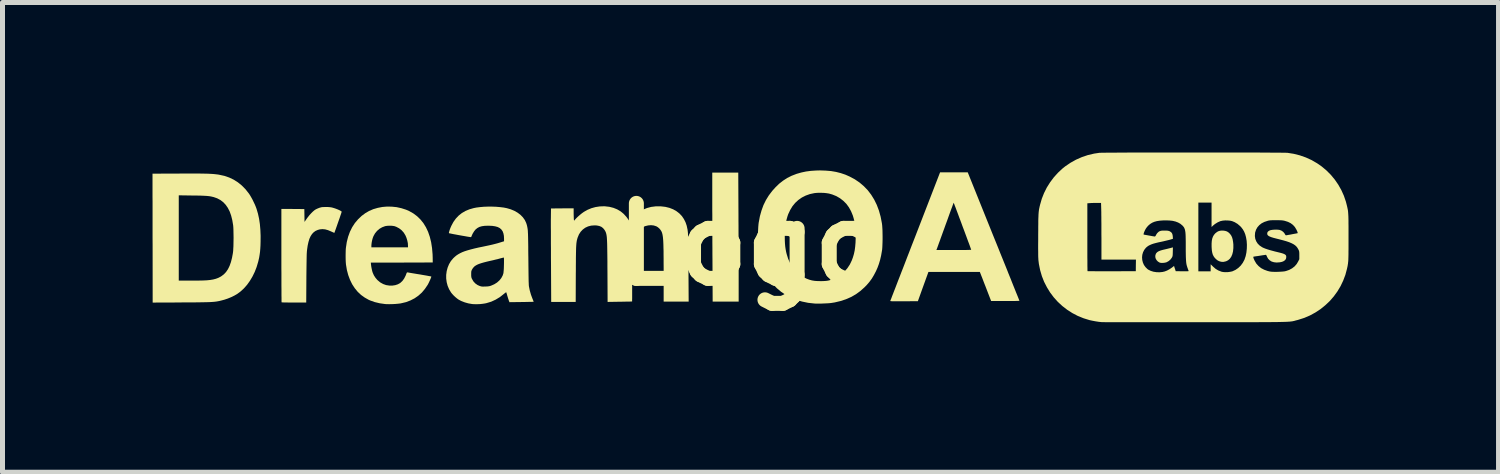
<source format=kicad_pcb>
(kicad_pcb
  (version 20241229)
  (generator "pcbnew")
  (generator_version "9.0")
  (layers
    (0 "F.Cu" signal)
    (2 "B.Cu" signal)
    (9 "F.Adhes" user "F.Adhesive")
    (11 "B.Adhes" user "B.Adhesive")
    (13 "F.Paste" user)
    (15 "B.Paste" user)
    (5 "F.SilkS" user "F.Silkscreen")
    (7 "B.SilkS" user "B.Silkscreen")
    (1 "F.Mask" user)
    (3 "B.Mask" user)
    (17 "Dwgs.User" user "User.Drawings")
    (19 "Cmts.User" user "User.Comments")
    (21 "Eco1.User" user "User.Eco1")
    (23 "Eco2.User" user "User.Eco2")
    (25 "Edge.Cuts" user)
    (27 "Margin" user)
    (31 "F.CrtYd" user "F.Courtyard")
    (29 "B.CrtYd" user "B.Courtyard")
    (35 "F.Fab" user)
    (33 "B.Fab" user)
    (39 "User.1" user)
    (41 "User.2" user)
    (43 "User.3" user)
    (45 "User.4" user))
  (footprint "Logo"
    (layer "F.Cu")
    (at 11.962 1.839)
    (property "Reference" "Logo" (at 0 0 0) (layer "F.SilkS") (effects (font (size 1.5 1.5) (thickness 0.3))))
    (attr board_only exclude_from_pos_files exclude_from_bom)
    (fp_poly (pts (xy -0.244 -0.596) (xy -0.244 -0.486) (xy -0.243 -0.374) (xy -0.243 -0.26) (xy -0.242 -0.145) (xy -0.242 -0.031) (xy -0.241 0.08) (xy -0.241 0.189) (xy -0.241 0.292) (xy -0.24 0.39) (xy -0.24 0.481) (xy -0.24 0.564) (xy -0.24 0.637) (xy -0.24 0.695) (xy -0.24 1.143) (xy -0.5 1.143) (xy -0.76 1.143) (xy -0.764 0.293) (xy -0.765 0.183) (xy -0.765 0.071) (xy -0.766 -0.043) (xy -0.766 -0.158) (xy -0.766 -0.271) (xy -0.767 -0.382) (xy -0.767 -0.49) (xy -0.767 -0.593) (xy -0.768 -0.69) (xy -0.768 -0.781) (xy -0.768 -0.863) (xy -0.768 -0.935) (xy -0.768 -0.997) (xy -0.768 -0.998) (xy -0.768 -1.437) (xy -0.508 -1.437) (xy -0.248 -1.437)) (stroke (width 0) (type solid)) (fill yes) (layer "F.SilkS"))
    (fp_poly (pts (xy 8.442 0.146) (xy 8.441 0.18) (xy 8.44 0.206) (xy 8.438 0.224) (xy 8.435 0.237) (xy 8.431 0.249) (xy 8.424 0.261) (xy 8.421 0.267) (xy 8.395 0.301) (xy 8.361 0.331) (xy 8.32 0.354) (xy 8.312 0.357) (xy 8.285 0.364) (xy 8.253 0.368) (xy 8.221 0.369) (xy 8.192 0.366) (xy 8.176 0.361) (xy 8.144 0.341) (xy 8.119 0.315) (xy 8.101 0.285) (xy 8.092 0.252) (xy 8.093 0.219) (xy 8.103 0.187) (xy 8.11 0.176) (xy 8.125 0.159) (xy 8.144 0.144) (xy 8.17 0.131) (xy 8.203 0.119) (xy 8.246 0.107) (xy 8.259 0.104) (xy 8.294 0.096) (xy 8.332 0.087) (xy 8.367 0.078) (xy 8.388 0.073) (xy 8.444 0.058)) (stroke (width 0) (type solid)) (fill yes) (layer "F.SilkS"))
    (fp_poly (pts (xy 9.489 -0.272) (xy 9.526 -0.26) (xy 9.558 -0.239) (xy 9.582 -0.216) (xy 9.607 -0.184) (xy 9.626 -0.146) (xy 9.639 -0.102) (xy 9.648 -0.048) (xy 9.653 -0.000016) (xy 9.653 0.073) (xy 9.646 0.139) (xy 9.632 0.196) (xy 9.611 0.245) (xy 9.583 0.285) (xy 9.549 0.315) (xy 9.508 0.336) (xy 9.462 0.347) (xy 9.458 0.348) (xy 9.434 0.348) (xy 9.41 0.346) (xy 9.405 0.345) (xy 9.368 0.334) (xy 9.337 0.318) (xy 9.306 0.293) (xy 9.279 0.265) (xy 9.258 0.235) (xy 9.242 0.203) (xy 9.231 0.165) (xy 9.223 0.12) (xy 9.219 0.066) (xy 9.218 0.042) (xy 9.218 -0.021) (xy 9.222 -0.074) (xy 9.231 -0.119) (xy 9.245 -0.157) (xy 9.264 -0.19) (xy 9.289 -0.22) (xy 9.296 -0.226) (xy 9.329 -0.252) (xy 9.364 -0.269) (xy 9.404 -0.277) (xy 9.445 -0.278)) (stroke (width 0) (type solid)) (fill yes) (layer "F.SilkS"))
    (fp_poly (pts (xy -8.456 -0.749) (xy -8.426 -0.747) (xy -8.401 -0.744) (xy -8.376 -0.74) (xy -8.351 -0.733) (xy -8.321 -0.724) (xy -8.29 -0.713) (xy -8.259 -0.701) (xy -8.23 -0.688) (xy -8.206 -0.676) (xy -8.189 -0.665) (xy -8.179 -0.657) (xy -8.179 -0.655) (xy -8.181 -0.648) (xy -8.186 -0.631) (xy -8.194 -0.606) (xy -8.205 -0.575) (xy -8.217 -0.538) (xy -8.231 -0.498) (xy -8.246 -0.456) (xy -8.261 -0.413) (xy -8.275 -0.372) (xy -8.289 -0.333) (xy -8.301 -0.298) (xy -8.312 -0.269) (xy -8.319 -0.248) (xy -8.324 -0.235) (xy -8.326 -0.232) (xy -8.331 -0.234) (xy -8.346 -0.24) (xy -8.366 -0.249) (xy -8.39 -0.26) (xy -8.452 -0.286) (xy -8.509 -0.302) (xy -8.564 -0.307) (xy -8.617 -0.302) (xy -8.659 -0.29) (xy -8.702 -0.271) (xy -8.739 -0.244) (xy -8.772 -0.209) (xy -8.8 -0.166) (xy -8.824 -0.114) (xy -8.843 -0.051) (xy -8.859 0.021) (xy -8.871 0.104) (xy -8.875 0.141) (xy -8.876 0.16) (xy -8.878 0.191) (xy -8.879 0.231) (xy -8.88 0.282) (xy -8.881 0.341) (xy -8.882 0.408) (xy -8.883 0.483) (xy -8.884 0.564) (xy -8.885 0.651) (xy -8.885 0.686) (xy -8.888 1.161) (xy -9.132 1.161) (xy -9.185 1.161) (xy -9.235 1.161) (xy -9.279 1.16) (xy -9.317 1.16) (xy -9.347 1.159) (xy -9.368 1.158) (xy -9.379 1.157) (xy -9.381 1.157) (xy -9.381 1.151) (xy -9.382 1.133) (xy -9.382 1.105) (xy -9.382 1.066) (xy -9.383 1.018) (xy -9.383 0.962) (xy -9.383 0.897) (xy -9.384 0.825) (xy -9.384 0.746) (xy -9.384 0.661) (xy -9.384 0.57) (xy -9.385 0.474) (xy -9.385 0.374) (xy -9.385 0.271) (xy -9.385 0.221) (xy -9.385 -0.711) (xy -9.155 -0.71) (xy -8.926 -0.708) (xy -8.924 -0.58) (xy -8.922 -0.451) (xy -8.882 -0.51) (xy -8.854 -0.548) (xy -8.823 -0.587) (xy -8.79 -0.623) (xy -8.758 -0.655) (xy -8.728 -0.681) (xy -8.707 -0.696) (xy -8.685 -0.708) (xy -8.656 -0.721) (xy -8.628 -0.732) (xy -8.626 -0.733) (xy -8.605 -0.739) (xy -8.587 -0.744) (xy -8.569 -0.747) (xy -8.547 -0.748) (xy -8.519 -0.749) (xy -8.494 -0.749)) (stroke (width 0) (type solid)) (fill yes) (layer "F.SilkS"))
    (fp_poly (pts (xy 4.857 -0.161) (xy 4.905 -0.043) (xy 4.952 0.073) (xy 4.997 0.186) (xy 5.041 0.294) (xy 5.083 0.398) (xy 5.123 0.497) (xy 5.16 0.591) (xy 5.196 0.679) (xy 5.228 0.76) (xy 5.258 0.835) (xy 5.285 0.902) (xy 5.309 0.962) (xy 5.33 1.013) (xy 5.347 1.055) (xy 5.36 1.088) (xy 5.369 1.111) (xy 5.374 1.123) (xy 5.375 1.126) (xy 5.37 1.127) (xy 5.354 1.128) (xy 5.327 1.129) (xy 5.292 1.13) (xy 5.25 1.13) (xy 5.2 1.131) (xy 5.145 1.131) (xy 5.093 1.131) (xy 4.809 1.131) (xy 4.732 0.932) (xy 4.712 0.88) (xy 4.692 0.828) (xy 4.672 0.778) (xy 4.654 0.731) (xy 4.638 0.689) (xy 4.625 0.655) (xy 4.619 0.641) (xy 4.583 0.549) (xy 4.069 0.549) (xy 3.555 0.549) (xy 3.449 0.842) (xy 3.344 1.134) (xy 3.066 1.136) (xy 3.001 1.136) (xy 2.947 1.136) (xy 2.904 1.136) (xy 2.869 1.136) (xy 2.842 1.136) (xy 2.822 1.135) (xy 2.808 1.134) (xy 2.799 1.133) (xy 2.794 1.131) (xy 2.793 1.129) (xy 2.793 1.127) (xy 2.793 1.127) (xy 2.795 1.12) (xy 2.802 1.103) (xy 2.813 1.076) (xy 2.827 1.038) (xy 2.845 0.992) (xy 2.866 0.937) (xy 2.891 0.874) (xy 2.918 0.803) (xy 2.948 0.725) (xy 2.981 0.641) (xy 3.016 0.55) (xy 3.054 0.453) (xy 3.093 0.352) (xy 3.134 0.245) (xy 3.177 0.135) (xy 3.186 0.111) (xy 3.714 0.111) (xy 4.062 0.111) (xy 4.138 0.111) (xy 4.205 0.111) (xy 4.264 0.11) (xy 4.313 0.11) (xy 4.353 0.109) (xy 4.383 0.108) (xy 4.402 0.107) (xy 4.41 0.106) (xy 4.41 0.105) (xy 4.408 0.099) (xy 4.402 0.083) (xy 4.393 0.057) (xy 4.381 0.023) (xy 4.366 -0.018) (xy 4.348 -0.065) (xy 4.329 -0.117) (xy 4.308 -0.174) (xy 4.286 -0.233) (xy 4.263 -0.295) (xy 4.239 -0.358) (xy 4.216 -0.421) (xy 4.193 -0.483) (xy 4.17 -0.543) (xy 4.149 -0.601) (xy 4.129 -0.654) (xy 4.111 -0.702) (xy 4.095 -0.745) (xy 4.081 -0.78) (xy 4.071 -0.808) (xy 4.064 -0.826) (xy 4.06 -0.835) (xy 4.06 -0.835) (xy 4.058 -0.83) (xy 4.052 -0.814) (xy 4.042 -0.789) (xy 4.03 -0.755) (xy 4.014 -0.713) (xy 3.996 -0.664) (xy 3.976 -0.609) (xy 3.954 -0.548) (xy 3.931 -0.483) (xy 3.906 -0.415) (xy 3.897 -0.391) (xy 3.872 -0.321) (xy 3.847 -0.253) (xy 3.824 -0.189) (xy 3.802 -0.129) (xy 3.783 -0.075) (xy 3.765 -0.027) (xy 3.751 0.013) (xy 3.739 0.045) (xy 3.731 0.068) (xy 3.726 0.081) (xy 3.725 0.083) (xy 3.714 0.111) (xy 3.186 0.111) (xy 3.221 0.02) (xy 3.267 -0.097) (xy 3.293 -0.164) (xy 3.788 -1.443) (xy 4.065 -1.443) (xy 4.341 -1.443)) (stroke (width 0) (type solid)) (fill yes) (layer "F.SilkS"))
    (fp_poly (pts (xy -7.174 -0.756) (xy -7.078 -0.746) (xy -6.984 -0.725) (xy -6.893 -0.696) (xy -6.829 -0.668) (xy -6.746 -0.621) (xy -6.671 -0.565) (xy -6.604 -0.5) (xy -6.545 -0.427) (xy -6.494 -0.344) (xy -6.451 -0.253) (xy -6.417 -0.154) (xy -6.39 -0.045) (xy -6.372 0.072) (xy -6.361 0.198) (xy -6.359 0.264) (xy -6.358 0.36) (xy -6.977 0.362) (xy -7.596 0.363) (xy -7.593 0.398) (xy -7.587 0.443) (xy -7.578 0.49) (xy -7.568 0.534) (xy -7.558 0.565) (xy -7.535 0.617) (xy -7.504 0.665) (xy -7.465 0.711) (xy -7.46 0.715) (xy -7.409 0.758) (xy -7.353 0.79) (xy -7.291 0.812) (xy -7.226 0.822) (xy -7.17 0.823) (xy -7.109 0.814) (xy -7.054 0.796) (xy -7.006 0.768) (xy -6.965 0.73) (xy -6.93 0.682) (xy -6.9 0.623) (xy -6.891 0.6) (xy -6.883 0.578) (xy -6.877 0.565) (xy -6.871 0.559) (xy -6.864 0.558) (xy -6.859 0.559) (xy -6.85 0.56) (xy -6.83 0.564) (xy -6.801 0.569) (xy -6.765 0.575) (xy -6.722 0.582) (xy -6.675 0.59) (xy -6.624 0.598) (xy -6.617 0.599) (xy -6.566 0.608) (xy -6.519 0.616) (xy -6.478 0.623) (xy -6.442 0.63) (xy -6.414 0.635) (xy -6.396 0.638) (xy -6.387 0.64) (xy -6.387 0.641) (xy -6.388 0.648) (xy -6.392 0.663) (xy -6.401 0.685) (xy -6.412 0.711) (xy -6.425 0.739) (xy -6.438 0.767) (xy -6.451 0.792) (xy -6.459 0.807) (xy -6.514 0.888) (xy -6.575 0.961) (xy -6.644 1.023) (xy -6.72 1.076) (xy -6.803 1.119) (xy -6.892 1.153) (xy -6.989 1.176) (xy -7.003 1.179) (xy -7.053 1.185) (xy -7.11 1.19) (xy -7.171 1.193) (xy -7.231 1.194) (xy -7.286 1.193) (xy -7.313 1.191) (xy -7.418 1.176) (xy -7.518 1.152) (xy -7.611 1.119) (xy -7.638 1.107) (xy -7.718 1.062) (xy -7.792 1.009) (xy -7.859 0.946) (xy -7.918 0.874) (xy -7.97 0.794) (xy -8.013 0.706) (xy -8.048 0.612) (xy -8.075 0.51) (xy -8.093 0.402) (xy -8.094 0.392) (xy -8.097 0.355) (xy -8.099 0.31) (xy -8.1 0.26) (xy -8.1 0.207) (xy -8.099 0.156) (xy -8.098 0.109) (xy -8.095 0.071) (xy -8.094 0.064) (xy -8.093 0.057) (xy -7.585 0.057) (xy -7.219 0.057) (xy -6.853 0.057) (xy -6.853 0.023) (xy -6.856 -0.026) (xy -6.867 -0.079) (xy -6.883 -0.132) (xy -6.903 -0.18) (xy -6.937 -0.236) (xy -6.98 -0.284) (xy -7.03 -0.323) (xy -7.087 -0.353) (xy -7.123 -0.366) (xy -7.152 -0.371) (xy -7.189 -0.375) (xy -7.229 -0.375) (xy -7.268 -0.373) (xy -7.302 -0.368) (xy -7.311 -0.366) (xy -7.37 -0.344) (xy -7.425 -0.312) (xy -7.472 -0.271) (xy -7.513 -0.221) (xy -7.544 -0.165) (xy -7.558 -0.128) (xy -7.57 -0.085) (xy -7.579 -0.039) (xy -7.584 0.003) (xy -7.585 0.02) (xy -7.585 0.057) (xy -8.093 0.057) (xy -8.077 -0.049) (xy -8.05 -0.155) (xy -8.014 -0.254) (xy -7.969 -0.345) (xy -7.915 -0.428) (xy -7.851 -0.504) (xy -7.779 -0.572) (xy -7.708 -0.625) (xy -7.631 -0.67) (xy -7.547 -0.706) (xy -7.458 -0.732) (xy -7.365 -0.75) (xy -7.27 -0.758)) (stroke (width 0) (type solid)) (fill yes) (layer "F.SilkS"))
    (fp_poly (pts (xy -11.141 -1.418) (xy -11.067 -1.418) (xy -11.002 -1.418) (xy -10.945 -1.417) (xy -10.894 -1.416) (xy -10.85 -1.415) (xy -10.81 -1.413) (xy -10.775 -1.411) (xy -10.744 -1.409) (xy -10.715 -1.406) (xy -10.688 -1.403) (xy -10.662 -1.4) (xy -10.636 -1.396) (xy -10.627 -1.394) (xy -10.525 -1.372) (xy -10.429 -1.339) (xy -10.339 -1.296) (xy -10.255 -1.243) (xy -10.176 -1.179) (xy -10.103 -1.105) (xy -10.035 -1.019) (xy -10.013 -0.986) (xy -9.989 -0.945) (xy -9.963 -0.898) (xy -9.939 -0.848) (xy -9.915 -0.798) (xy -9.896 -0.752) (xy -9.881 -0.711) (xy -9.853 -0.615) (xy -9.831 -0.515) (xy -9.815 -0.408) (xy -9.805 -0.293) (xy -9.8 -0.171) (xy -9.801 -0.054) (xy -9.803 0.022) (xy -9.807 0.088) (xy -9.812 0.148) (xy -9.82 0.205) (xy -9.829 0.26) (xy -9.842 0.318) (xy -9.849 0.347) (xy -9.88 0.451) (xy -9.918 0.549) (xy -9.964 0.643) (xy -10.016 0.73) (xy -10.074 0.81) (xy -10.137 0.881) (xy -10.205 0.943) (xy -10.27 0.99) (xy -10.326 1.023) (xy -10.39 1.054) (xy -10.458 1.082) (xy -10.527 1.105) (xy -10.591 1.122) (xy -10.616 1.128) (xy -10.639 1.133) (xy -10.661 1.137) (xy -10.684 1.141) (xy -10.708 1.144) (xy -10.734 1.147) (xy -10.762 1.149) (xy -10.794 1.151) (xy -10.83 1.153) (xy -10.872 1.154) (xy -10.919 1.155) (xy -10.974 1.156) (xy -11.036 1.157) (xy -11.107 1.158) (xy -11.187 1.158) (xy -11.278 1.159) (xy -11.379 1.159) (xy -11.387 1.16) (xy -11.959 1.162) (xy -11.96 0.001) (xy -11.961 -0.119) (xy -11.961 -0.13) (xy -11.437 -0.13) (xy -11.437 0.723) (xy -11.198 0.723) (xy -11.142 0.723) (xy -11.086 0.722) (xy -11.033 0.722) (xy -10.983 0.721) (xy -10.94 0.72) (xy -10.905 0.718) (xy -10.88 0.717) (xy -10.879 0.717) (xy -10.809 0.71) (xy -10.749 0.7) (xy -10.695 0.686) (xy -10.647 0.668) (xy -10.602 0.645) (xy -10.583 0.633) (xy -10.534 0.596) (xy -10.491 0.55) (xy -10.453 0.494) (xy -10.421 0.429) (xy -10.394 0.353) (xy -10.372 0.267) (xy -10.354 0.17) (xy -10.353 0.159) (xy -10.349 0.128) (xy -10.347 0.086) (xy -10.344 0.037) (xy -10.343 -0.017) (xy -10.342 -0.075) (xy -10.341 -0.135) (xy -10.342 -0.194) (xy -10.343 -0.249) (xy -10.344 -0.3) (xy -10.346 -0.344) (xy -10.349 -0.379) (xy -10.35 -0.387) (xy -10.367 -0.488) (xy -10.39 -0.579) (xy -10.419 -0.66) (xy -10.456 -0.732) (xy -10.499 -0.794) (xy -10.548 -0.846) (xy -10.605 -0.889) (xy -10.669 -0.923) (xy -10.74 -0.948) (xy -10.75 -0.95) (xy -10.774 -0.956) (xy -10.798 -0.961) (xy -10.822 -0.965) (xy -10.849 -0.968) (xy -10.879 -0.971) (xy -10.914 -0.973) (xy -10.955 -0.975) (xy -11.003 -0.977) (xy -11.06 -0.978) (xy -11.127 -0.979) (xy -11.165 -0.979) (xy -11.437 -0.983) (xy -11.437 -0.13) (xy -11.961 -0.13) (xy -11.961 -0.236) (xy -11.961 -0.35) (xy -11.961 -0.461) (xy -11.961 -0.568) (xy -11.961 -0.671) (xy -11.961 -0.768) (xy -11.961 -0.859) (xy -11.962 -0.943) (xy -11.962 -1.02) (xy -11.962 -1.089) (xy -11.962 -1.149) (xy -11.962 -1.2) (xy -11.962 -1.24) (xy -11.962 -1.27) (xy -11.962 -1.289) (xy -11.962 -1.416) (xy -11.422 -1.418) (xy -11.317 -1.418) (xy -11.224 -1.418)) (stroke (width 0) (type solid)) (fill yes) (layer "F.SilkS"))
    (fp_poly (pts (xy 1.501 -1.477) (xy 1.608 -1.468) (xy 1.707 -1.451) (xy 1.802 -1.427) (xy 1.894 -1.396) (xy 1.98 -1.358) (xy 2.083 -1.303) (xy 2.177 -1.239) (xy 2.263 -1.166) (xy 2.341 -1.085) (xy 2.41 -0.995) (xy 2.47 -0.898) (xy 2.522 -0.792) (xy 2.565 -0.678) (xy 2.599 -0.556) (xy 2.624 -0.427) (xy 2.626 -0.414) (xy 2.63 -0.38) (xy 2.633 -0.336) (xy 2.636 -0.284) (xy 2.637 -0.228) (xy 2.638 -0.168) (xy 2.638 -0.108) (xy 2.637 -0.049) (xy 2.635 0.006) (xy 2.633 0.055) (xy 2.63 0.097) (xy 2.626 0.123) (xy 2.609 0.22) (xy 2.589 0.307) (xy 2.565 0.388) (xy 2.537 0.464) (xy 2.505 0.536) (xy 2.464 0.614) (xy 2.422 0.684) (xy 2.375 0.748) (xy 2.321 0.811) (xy 2.276 0.857) (xy 2.193 0.931) (xy 2.105 0.995) (xy 2.009 1.05) (xy 1.907 1.095) (xy 1.798 1.131) (xy 1.68 1.159) (xy 1.611 1.17) (xy 1.585 1.173) (xy 1.55 1.176) (xy 1.507 1.178) (xy 1.462 1.18) (xy 1.415 1.182) (xy 1.37 1.183) (xy 1.329 1.183) (xy 1.295 1.182) (xy 1.278 1.181) (xy 1.15 1.167) (xy 1.029 1.142) (xy 0.914 1.108) (xy 0.806 1.064) (xy 0.705 1.011) (xy 0.611 0.948) (xy 0.525 0.876) (xy 0.446 0.794) (xy 0.377 0.707) (xy 0.316 0.612) (xy 0.264 0.508) (xy 0.221 0.397) (xy 0.187 0.279) (xy 0.162 0.153) (xy 0.15 0.049) (xy 0.147 0.006) (xy 0.145 -0.047) (xy 0.144 -0.105) (xy 0.145 -0.15) (xy 0.682 -0.15) (xy 0.683 -0.079) (xy 0.686 -0.017) (xy 0.691 0.04) (xy 0.699 0.094) (xy 0.709 0.148) (xy 0.72 0.192) (xy 0.749 0.285) (xy 0.787 0.371) (xy 0.833 0.449) (xy 0.888 0.518) (xy 0.951 0.58) (xy 1.022 0.632) (xy 1.07 0.66) (xy 1.123 0.686) (xy 1.174 0.705) (xy 1.226 0.719) (xy 1.281 0.728) (xy 1.343 0.732) (xy 1.413 0.733) (xy 1.413 0.733) (xy 1.454 0.732) (xy 1.487 0.73) (xy 1.513 0.728) (xy 1.535 0.725) (xy 1.556 0.721) (xy 1.58 0.715) (xy 1.58 0.715) (xy 1.664 0.686) (xy 1.742 0.647) (xy 1.813 0.599) (xy 1.877 0.541) (xy 1.934 0.475) (xy 1.983 0.401) (xy 2.023 0.318) (xy 2.045 0.258) (xy 2.065 0.19) (xy 2.08 0.12) (xy 2.09 0.045) (xy 2.097 -0.036) (xy 2.1 -0.126) (xy 2.1 -0.159) (xy 2.099 -0.246) (xy 2.094 -0.324) (xy 2.086 -0.395) (xy 2.075 -0.461) (xy 2.059 -0.525) (xy 2.043 -0.579) (xy 2.008 -0.664) (xy 1.965 -0.742) (xy 1.914 -0.812) (xy 1.854 -0.872) (xy 1.787 -0.924) (xy 1.713 -0.967) (xy 1.631 -1) (xy 1.567 -1.018) (xy 1.524 -1.025) (xy 1.473 -1.031) (xy 1.418 -1.033) (xy 1.363 -1.034) (xy 1.312 -1.031) (xy 1.275 -1.027) (xy 1.185 -1.008) (xy 1.101 -0.978) (xy 1.024 -0.939) (xy 0.954 -0.89) (xy 0.891 -0.832) (xy 0.836 -0.765) (xy 0.79 -0.689) (xy 0.751 -0.606) (xy 0.738 -0.569) (xy 0.719 -0.503) (xy 0.704 -0.435) (xy 0.693 -0.363) (xy 0.686 -0.285) (xy 0.682 -0.198) (xy 0.682 -0.15) (xy 0.145 -0.15) (xy 0.145 -0.167) (xy 0.146 -0.23) (xy 0.149 -0.291) (xy 0.152 -0.349) (xy 0.156 -0.399) (xy 0.161 -0.441) (xy 0.162 -0.443) (xy 0.185 -0.566) (xy 0.217 -0.68) (xy 0.256 -0.787) (xy 0.305 -0.887) (xy 0.363 -0.981) (xy 0.431 -1.071) (xy 0.495 -1.142) (xy 0.57 -1.215) (xy 0.648 -1.276) (xy 0.73 -1.329) (xy 0.817 -1.373) (xy 0.913 -1.41) (xy 0.921 -1.413) (xy 1.012 -1.439) (xy 1.106 -1.459) (xy 1.204 -1.472) (xy 1.309 -1.479) (xy 1.386 -1.481)) (stroke (width 0) (type solid)) (fill yes) (layer "F.SilkS"))
    (fp_poly (pts (xy -2.913 -0.763) (xy -2.825 -0.753) (xy -2.743 -0.732) (xy -2.669 -0.702) (xy -2.601 -0.662) (xy -2.54 -0.612) (xy -2.486 -0.553) (xy -2.466 -0.526) (xy -2.428 -0.472) (xy -2.374 -0.529) (xy -2.303 -0.597) (xy -2.229 -0.652) (xy -2.153 -0.696) (xy -2.073 -0.729) (xy -1.99 -0.751) (xy -1.902 -0.762) (xy -1.884 -0.763) (xy -1.792 -0.762) (xy -1.705 -0.752) (xy -1.624 -0.732) (xy -1.55 -0.703) (xy -1.483 -0.665) (xy -1.423 -0.618) (xy -1.374 -0.566) (xy -1.335 -0.508) (xy -1.303 -0.445) (xy -1.279 -0.375) (xy -1.262 -0.296) (xy -1.255 -0.237) (xy -1.254 -0.222) (xy -1.253 -0.197) (xy -1.252 -0.161) (xy -1.251 -0.115) (xy -1.25 -0.061) (xy -1.249 0.001) (xy -1.248 0.069) (xy -1.247 0.144) (xy -1.246 0.224) (xy -1.246 0.308) (xy -1.245 0.396) (xy -1.244 0.485) (xy -1.24 1.143) (xy -1.49 1.143) (xy -1.74 1.143) (xy -1.74 0.59) (xy -1.74 0.476) (xy -1.741 0.374) (xy -1.741 0.283) (xy -1.742 0.202) (xy -1.742 0.13) (xy -1.744 0.066) (xy -1.745 0.011) (xy -1.747 -0.038) (xy -1.749 -0.08) (xy -1.752 -0.116) (xy -1.755 -0.147) (xy -1.759 -0.174) (xy -1.763 -0.197) (xy -1.768 -0.217) (xy -1.773 -0.235) (xy -1.779 -0.25) (xy -1.786 -0.265) (xy -1.804 -0.293) (xy -1.829 -0.322) (xy -1.858 -0.346) (xy -1.886 -0.363) (xy -1.886 -0.363) (xy -1.938 -0.38) (xy -1.994 -0.386) (xy -2.051 -0.381) (xy -2.109 -0.367) (xy -2.145 -0.351) (xy -2.199 -0.319) (xy -2.245 -0.28) (xy -2.283 -0.233) (xy -2.312 -0.178) (xy -2.335 -0.113) (xy -2.349 -0.051) (xy -2.352 -0.026) (xy -2.356 0.000374) (xy -2.359 0.03) (xy -2.361 0.062) (xy -2.363 0.1) (xy -2.365 0.142) (xy -2.367 0.191) (xy -2.368 0.246) (xy -2.369 0.309) (xy -2.369 0.381) (xy -2.37 0.462) (xy -2.37 0.553) (xy -2.37 0.656) (xy -2.37 0.665) (xy -2.37 0.739) (xy -2.37 0.81) (xy -2.37 0.876) (xy -2.37 0.937) (xy -2.37 0.992) (xy -2.37 1.039) (xy -2.37 1.079) (xy -2.371 1.109) (xy -2.371 1.129) (xy -2.371 1.139) (xy -2.371 1.14) (xy -2.377 1.14) (xy -2.394 1.141) (xy -2.421 1.142) (xy -2.455 1.142) (xy -2.497 1.143) (xy -2.544 1.144) (xy -2.595 1.145) (xy -2.617 1.145) (xy -2.861 1.149) (xy -2.864 0.542) (xy -2.865 0.431) (xy -2.865 0.332) (xy -2.866 0.244) (xy -2.867 0.165) (xy -2.868 0.096) (xy -2.869 0.035) (xy -2.87 -0.018) (xy -2.872 -0.064) (xy -2.874 -0.103) (xy -2.876 -0.137) (xy -2.879 -0.165) (xy -2.883 -0.19) (xy -2.887 -0.21) (xy -2.892 -0.228) (xy -2.897 -0.243) (xy -2.903 -0.257) (xy -2.91 -0.27) (xy -2.917 -0.282) (xy -2.923 -0.292) (xy -2.952 -0.327) (xy -2.986 -0.353) (xy -3.028 -0.37) (xy -3.079 -0.38) (xy -3.122 -0.382) (xy -3.19 -0.377) (xy -3.252 -0.361) (xy -3.308 -0.335) (xy -3.357 -0.299) (xy -3.399 -0.255) (xy -3.434 -0.201) (xy -3.459 -0.14) (xy -3.462 -0.133) (xy -3.467 -0.115) (xy -3.471 -0.099) (xy -3.476 -0.082) (xy -3.479 -0.064) (xy -3.482 -0.044) (xy -3.485 -0.022) (xy -3.487 0.004) (xy -3.489 0.034) (xy -3.491 0.069) (xy -3.492 0.11) (xy -3.493 0.157) (xy -3.494 0.212) (xy -3.495 0.275) (xy -3.495 0.347) (xy -3.496 0.429) (xy -3.496 0.521) (xy -3.497 0.596) (xy -3.499 1.149) (xy -3.744 1.149) (xy -3.989 1.149) (xy -3.993 0.368) (xy -3.994 0.268) (xy -3.994 0.171) (xy -3.994 0.075) (xy -3.995 -0.018) (xy -3.995 -0.107) (xy -3.995 -0.191) (xy -3.995 -0.269) (xy -3.996 -0.341) (xy -3.996 -0.405) (xy -3.996 -0.46) (xy -3.996 -0.507) (xy -3.995 -0.543) (xy -3.995 -0.567) (xy -3.993 -0.72) (xy -3.767 -0.722) (xy -3.54 -0.723) (xy -3.54 -0.617) (xy -3.539 -0.581) (xy -3.538 -0.548) (xy -3.537 -0.521) (xy -3.536 -0.501) (xy -3.535 -0.492) (xy -3.531 -0.475) (xy -3.502 -0.509) (xy -3.477 -0.535) (xy -3.445 -0.565) (xy -3.409 -0.596) (xy -3.372 -0.626) (xy -3.337 -0.651) (xy -3.265 -0.692) (xy -3.186 -0.725) (xy -3.103 -0.748) (xy -3.017 -0.761) (xy -2.931 -0.764)) (stroke (width 0) (type solid)) (fill yes) (layer "F.SilkS"))
    (fp_poly (pts (xy -5.172 -0.757) (xy -5.089 -0.754) (xy -5.01 -0.747) (xy -4.937 -0.738) (xy -4.877 -0.726) (xy -4.798 -0.703) (xy -4.726 -0.673) (xy -4.661 -0.636) (xy -4.604 -0.593) (xy -4.556 -0.544) (xy -4.518 -0.491) (xy -4.49 -0.433) (xy -4.479 -0.399) (xy -4.474 -0.381) (xy -4.47 -0.364) (xy -4.467 -0.347) (xy -4.463 -0.33) (xy -4.461 -0.312) (xy -4.458 -0.293) (xy -4.456 -0.27) (xy -4.455 -0.243) (xy -4.453 -0.212) (xy -4.452 -0.175) (xy -4.451 -0.133) (xy -4.45 -0.082) (xy -4.449 -0.024) (xy -4.448 0.043) (xy -4.448 0.12) (xy -4.447 0.208) (xy -4.446 0.261) (xy -4.445 0.366) (xy -4.444 0.461) (xy -4.443 0.546) (xy -4.442 0.621) (xy -4.441 0.685) (xy -4.44 0.739) (xy -4.438 0.781) (xy -4.437 0.812) (xy -4.435 0.831) (xy -4.435 0.834) (xy -4.418 0.919) (xy -4.393 1.006) (xy -4.368 1.073) (xy -4.357 1.1) (xy -4.348 1.123) (xy -4.342 1.139) (xy -4.34 1.146) (xy -4.34 1.146) (xy -4.346 1.147) (xy -4.363 1.147) (xy -4.389 1.148) (xy -4.424 1.148) (xy -4.465 1.149) (xy -4.512 1.15) (xy -4.563 1.15) (xy -4.583 1.151) (xy -4.824 1.154) (xy -4.836 1.123) (xy -4.842 1.104) (xy -4.851 1.078) (xy -4.86 1.048) (xy -4.867 1.026) (xy -4.874 0.999) (xy -4.881 0.977) (xy -4.886 0.962) (xy -4.888 0.956) (xy -4.894 0.957) (xy -4.906 0.966) (xy -4.923 0.979) (xy -4.935 0.989) (xy -5.015 1.052) (xy -5.099 1.103) (xy -5.188 1.144) (xy -5.28 1.172) (xy -5.311 1.179) (xy -5.357 1.186) (xy -5.409 1.192) (xy -5.464 1.194) (xy -5.517 1.194) (xy -5.564 1.192) (xy -5.571 1.191) (xy -5.646 1.178) (xy -5.72 1.157) (xy -5.789 1.13) (xy -5.84 1.103) (xy -5.871 1.081) (xy -5.906 1.052) (xy -5.94 1.02) (xy -5.971 0.986) (xy -5.992 0.96) (xy -6.031 0.895) (xy -6.06 0.827) (xy -6.079 0.755) (xy -6.089 0.681) (xy -6.089 0.606) (xy -6.087 0.594) (xy -5.589 0.594) (xy -5.589 0.623) (xy -5.587 0.645) (xy -5.584 0.662) (xy -5.578 0.679) (xy -5.573 0.689) (xy -5.544 0.739) (xy -5.507 0.779) (xy -5.462 0.811) (xy -5.419 0.83) (xy -5.4 0.836) (xy -5.383 0.84) (xy -5.363 0.842) (xy -5.339 0.842) (xy -5.307 0.841) (xy -5.272 0.84) (xy -5.244 0.837) (xy -5.221 0.833) (xy -5.198 0.826) (xy -5.192 0.824) (xy -5.128 0.796) (xy -5.072 0.761) (xy -5.025 0.719) (xy -4.987 0.672) (xy -4.959 0.62) (xy -4.946 0.58) (xy -4.943 0.564) (xy -4.941 0.54) (xy -4.938 0.51) (xy -4.936 0.475) (xy -4.935 0.437) (xy -4.934 0.399) (xy -4.933 0.362) (xy -4.933 0.328) (xy -4.933 0.3) (xy -4.934 0.278) (xy -4.936 0.264) (xy -4.938 0.261) (xy -4.946 0.263) (xy -4.963 0.267) (xy -4.986 0.273) (xy -5.006 0.278) (xy -5.031 0.285) (xy -5.064 0.294) (xy -5.104 0.303) (xy -5.147 0.314) (xy -5.191 0.324) (xy -5.206 0.327) (xy -5.278 0.344) (xy -5.34 0.36) (xy -5.391 0.375) (xy -5.435 0.39) (xy -5.47 0.405) (xy -5.5 0.422) (xy -5.524 0.439) (xy -5.543 0.459) (xy -5.56 0.481) (xy -5.574 0.504) (xy -5.581 0.52) (xy -5.586 0.534) (xy -5.588 0.551) (xy -5.589 0.574) (xy -5.589 0.594) (xy -6.087 0.594) (xy -6.079 0.533) (xy -6.06 0.462) (xy -6.032 0.394) (xy -5.995 0.332) (xy -5.948 0.276) (xy -5.947 0.275) (xy -5.917 0.247) (xy -5.885 0.22) (xy -5.85 0.197) (xy -5.811 0.175) (xy -5.767 0.154) (xy -5.718 0.135) (xy -5.661 0.117) (xy -5.597 0.099) (xy -5.523 0.08) (xy -5.44 0.061) (xy -5.361 0.045) (xy -5.286 0.029) (xy -5.22 0.015) (xy -5.163 0.002) (xy -5.112 -0.011) (xy -5.066 -0.023) (xy -5.023 -0.036) (xy -5 -0.043) (xy -4.932 -0.064) (xy -4.932 -0.114) (xy -4.935 -0.173) (xy -4.945 -0.223) (xy -4.961 -0.265) (xy -4.986 -0.3) (xy -5.018 -0.328) (xy -5.059 -0.349) (xy -5.109 -0.363) (xy -5.169 -0.372) (xy -5.239 -0.375) (xy -5.251 -0.375) (xy -5.318 -0.373) (xy -5.375 -0.365) (xy -5.424 -0.351) (xy -5.465 -0.329) (xy -5.501 -0.3) (xy -5.531 -0.263) (xy -5.559 -0.217) (xy -5.563 -0.209) (xy -5.573 -0.187) (xy -5.581 -0.168) (xy -5.586 -0.156) (xy -5.586 -0.154) (xy -5.591 -0.148) (xy -5.597 -0.147) (xy -5.607 -0.148) (xy -5.626 -0.151) (xy -5.654 -0.155) (xy -5.688 -0.161) (xy -5.727 -0.168) (xy -5.769 -0.175) (xy -5.813 -0.183) (xy -5.858 -0.191) (xy -5.9 -0.199) (xy -5.939 -0.206) (xy -5.974 -0.213) (xy -6.002 -0.219) (xy -6.022 -0.223) (xy -6.032 -0.225) (xy -6.033 -0.226) (xy -6.035 -0.234) (xy -6.031 -0.252) (xy -6.024 -0.276) (xy -6.014 -0.306) (xy -6.001 -0.339) (xy -5.986 -0.373) (xy -5.944 -0.451) (xy -5.895 -0.519) (xy -5.839 -0.578) (xy -5.776 -0.628) (xy -5.704 -0.67) (xy -5.625 -0.703) (xy -5.537 -0.728) (xy -5.486 -0.738) (xy -5.416 -0.747) (xy -5.338 -0.754) (xy -5.256 -0.757)) (stroke (width 0) (type solid)) (fill yes) (layer "F.SilkS"))
    (fp_poly (pts (xy 8.99 -1.839) (xy 9.121 -1.839) (xy 9.251 -1.839) (xy 9.379 -1.839) (xy 9.504 -1.839) (xy 9.627 -1.839) (xy 9.746 -1.839) (xy 9.862 -1.838) (xy 9.973 -1.838) (xy 10.078 -1.838) (xy 10.178 -1.838) (xy 10.271 -1.837) (xy 10.358 -1.837) (xy 10.437 -1.836) (xy 10.508 -1.836) (xy 10.571 -1.836) (xy 10.624 -1.835) (xy 10.668 -1.835) (xy 10.701 -1.834) (xy 10.723 -1.833) (xy 10.734 -1.833) (xy 10.86 -1.813) (xy 10.983 -1.782) (xy 11.103 -1.74) (xy 11.219 -1.687) (xy 11.329 -1.623) (xy 11.417 -1.562) (xy 11.512 -1.483) (xy 11.6 -1.395) (xy 11.68 -1.299) (xy 11.751 -1.196) (xy 11.812 -1.088) (xy 11.863 -0.975) (xy 11.903 -0.858) (xy 11.917 -0.804) (xy 11.924 -0.776) (xy 11.93 -0.751) (xy 11.935 -0.727) (xy 11.94 -0.704) (xy 11.944 -0.681) (xy 11.947 -0.657) (xy 11.949 -0.63) (xy 11.951 -0.6) (xy 11.953 -0.566) (xy 11.954 -0.527) (xy 11.955 -0.481) (xy 11.955 -0.428) (xy 11.956 -0.367) (xy 11.956 -0.297) (xy 11.956 -0.217) (xy 11.956 -0.144) (xy 11.956 -0.056) (xy 11.956 0.022) (xy 11.956 0.089) (xy 11.955 0.147) (xy 11.955 0.197) (xy 11.954 0.241) (xy 11.953 0.278) (xy 11.952 0.31) (xy 11.95 0.338) (xy 11.947 0.363) (xy 11.945 0.385) (xy 11.941 0.407) (xy 11.938 0.429) (xy 11.933 0.451) (xy 11.928 0.475) (xy 11.925 0.488) (xy 11.893 0.608) (xy 11.849 0.724) (xy 11.796 0.835) (xy 11.733 0.94) (xy 11.661 1.039) (xy 11.581 1.131) (xy 11.492 1.215) (xy 11.397 1.292) (xy 11.294 1.36) (xy 11.186 1.419) (xy 11.072 1.468) (xy 10.953 1.506) (xy 10.929 1.513) (xy 10.914 1.516) (xy 10.901 1.52) (xy 10.888 1.523) (xy 10.876 1.527) (xy 10.865 1.53) (xy 10.853 1.532) (xy 10.841 1.535) (xy 10.828 1.537) (xy 10.813 1.539) (xy 10.796 1.541) (xy 10.778 1.543) (xy 10.756 1.544) (xy 10.732 1.546) (xy 10.704 1.547) (xy 10.672 1.548) (xy 10.635 1.549) (xy 10.594 1.55) (xy 10.548 1.551) (xy 10.496 1.552) (xy 10.438 1.552) (xy 10.374 1.553) (xy 10.303 1.553) (xy 10.225 1.553) (xy 10.139 1.554) (xy 10.045 1.554) (xy 9.942 1.554) (xy 9.83 1.554) (xy 9.709 1.554) (xy 9.579 1.554) (xy 9.438 1.554) (xy 9.286 1.554) (xy 9.124 1.554) (xy 8.95 1.554) (xy 8.884 1.554) (xy 8.736 1.554) (xy 8.591 1.554) (xy 8.449 1.555) (xy 8.311 1.555) (xy 8.178 1.555) (xy 8.05 1.555) (xy 7.927 1.554) (xy 7.809 1.554) (xy 7.698 1.554) (xy 7.594 1.554) (xy 7.496 1.554) (xy 7.407 1.554) (xy 7.325 1.554) (xy 7.252 1.554) (xy 7.189 1.554) (xy 7.134 1.554) (xy 7.09 1.554) (xy 7.056 1.553) (xy 7.033 1.553) (xy 7.022 1.553) (xy 7.021 1.553) (xy 6.962 1.547) (xy 6.898 1.537) (xy 6.834 1.525) (xy 6.778 1.513) (xy 6.658 1.476) (xy 6.542 1.429) (xy 6.433 1.372) (xy 6.33 1.306) (xy 6.233 1.231) (xy 6.144 1.149) (xy 6.062 1.058) (xy 5.989 0.961) (xy 5.925 0.857) (xy 5.869 0.748) (xy 5.824 0.634) (xy 5.789 0.514) (xy 5.764 0.391) (xy 5.754 0.309) (xy 5.753 0.285) (xy 5.751 0.251) (xy 5.75 0.206) (xy 5.75 0.151) (xy 5.749 0.085) (xy 5.749 0.008) (xy 5.75 -0.081) (xy 5.75 -0.182) (xy 5.75 -0.192) (xy 5.751 -0.277) (xy 5.751 -0.351) (xy 5.752 -0.415) (xy 5.752 -0.47) (xy 5.753 -0.517) (xy 5.755 -0.558) (xy 5.756 -0.593) (xy 5.758 -0.623) (xy 5.76 -0.649) (xy 5.763 -0.673) (xy 5.766 -0.696) (xy 5.77 -0.718) (xy 5.775 -0.74) (xy 5.78 -0.764) (xy 5.787 -0.791) (xy 5.788 -0.797) (xy 5.796 -0.823) (xy 6.733 -0.823) (xy 6.733 -0.147) (xy 6.733 -0.058) (xy 6.733 0.028) (xy 6.733 0.109) (xy 6.733 0.186) (xy 6.733 0.257) (xy 6.734 0.322) (xy 6.734 0.379) (xy 6.734 0.429) (xy 6.735 0.47) (xy 6.735 0.501) (xy 6.736 0.522) (xy 6.736 0.532) (xy 6.737 0.533) (xy 6.743 0.534) (xy 6.761 0.534) (xy 6.788 0.535) (xy 6.825 0.535) (xy 6.871 0.535) (xy 6.924 0.536) (xy 6.983 0.536) (xy 7.048 0.536) (xy 7.118 0.536) (xy 7.192 0.536) (xy 7.221 0.536) (xy 7.702 0.534) (xy 7.703 0.419) (xy 7.705 0.303) (xy 7.36 0.303) (xy 7.015 0.303) (xy 7.015 0.258) (xy 7.827 0.258) (xy 7.831 0.311) (xy 7.844 0.362) (xy 7.865 0.41) (xy 7.896 0.453) (xy 7.934 0.491) (xy 7.954 0.505) (xy 8.001 0.528) (xy 8.055 0.545) (xy 8.114 0.554) (xy 8.176 0.556) (xy 8.236 0.55) (xy 8.279 0.54) (xy 8.326 0.522) (xy 8.375 0.496) (xy 8.421 0.465) (xy 8.429 0.459) (xy 8.447 0.445) (xy 8.46 0.435) (xy 8.466 0.43) (xy 8.467 0.43) (xy 8.469 0.436) (xy 8.473 0.451) (xy 8.48 0.472) (xy 8.484 0.483) (xy 8.5 0.534) (xy 8.631 0.536) (xy 8.674 0.536) (xy 8.706 0.536) (xy 8.729 0.536) (xy 8.745 0.535) (xy 8.754 0.534) (xy 8.758 0.532) (xy 8.758 0.529) (xy 8.758 0.527) (xy 8.754 0.517) (xy 8.747 0.498) (xy 8.739 0.475) (xy 8.733 0.459) (xy 8.726 0.436) (xy 8.719 0.413) (xy 8.714 0.388) (xy 8.71 0.36) (xy 8.707 0.328) (xy 8.705 0.291) (xy 8.703 0.247) (xy 8.702 0.195) (xy 8.701 0.134) (xy 8.701 0.063) (xy 8.701 0.028) (xy 8.701 -0.046) (xy 8.7 -0.109) (xy 8.699 -0.15) (xy 8.953 -0.15) (xy 8.953 0.537) (xy 9.076 0.537) (xy 9.199 0.537) (xy 9.199 0.466) (xy 9.199 0.396) (xy 9.248 0.444) (xy 9.299 0.488) (xy 9.353 0.52) (xy 9.412 0.543) (xy 9.421 0.546) (xy 9.456 0.552) (xy 9.498 0.554) (xy 9.543 0.553) (xy 9.587 0.547) (xy 9.626 0.539) (xy 9.636 0.536) (xy 9.696 0.508) (xy 9.751 0.47) (xy 9.8 0.423) (xy 9.841 0.368) (xy 9.874 0.306) (xy 9.877 0.299) (xy 9.894 0.248) (xy 10.052 0.248) (xy 10.053 0.262) (xy 10.06 0.284) (xy 10.073 0.314) (xy 10.078 0.324) (xy 10.112 0.382) (xy 10.156 0.431) (xy 10.208 0.473) (xy 10.269 0.505) (xy 10.338 0.53) (xy 10.384 0.541) (xy 10.414 0.545) (xy 10.453 0.547) (xy 10.497 0.548) (xy 10.544 0.547) (xy 10.591 0.545) (xy 10.635 0.542) (xy 10.673 0.538) (xy 10.701 0.532) (xy 10.702 0.532) (xy 10.769 0.509) (xy 10.828 0.477) (xy 10.878 0.438) (xy 10.919 0.391) (xy 10.948 0.342) (xy 10.972 0.295) (xy 10.972 0.216) (xy 10.972 0.184) (xy 10.971 0.161) (xy 10.969 0.143) (xy 10.966 0.129) (xy 10.961 0.116) (xy 10.953 0.099) (xy 10.952 0.098) (xy 10.935 0.068) (xy 10.914 0.041) (xy 10.888 0.017) (xy 10.856 -0.005) (xy 10.817 -0.025) (xy 10.77 -0.045) (xy 10.714 -0.064) (xy 10.648 -0.083) (xy 10.571 -0.103) (xy 10.564 -0.105) (xy 10.504 -0.12) (xy 10.454 -0.133) (xy 10.415 -0.145) (xy 10.384 -0.157) (xy 10.362 -0.168) (xy 10.346 -0.18) (xy 10.336 -0.192) (xy 10.331 -0.206) (xy 10.33 -0.218) (xy 10.334 -0.241) (xy 10.346 -0.259) (xy 10.368 -0.274) (xy 10.381 -0.281) (xy 10.404 -0.288) (xy 10.436 -0.293) (xy 10.472 -0.296) (xy 10.51 -0.297) (xy 10.547 -0.295) (xy 10.577 -0.291) (xy 10.587 -0.288) (xy 10.622 -0.273) (xy 10.653 -0.249) (xy 10.677 -0.22) (xy 10.684 -0.207) (xy 10.693 -0.192) (xy 10.702 -0.184) (xy 10.704 -0.183) (xy 10.713 -0.184) (xy 10.731 -0.187) (xy 10.758 -0.192) (xy 10.79 -0.197) (xy 10.825 -0.204) (xy 10.86 -0.211) (xy 10.89 -0.216) (xy 10.915 -0.221) (xy 10.931 -0.224) (xy 10.937 -0.225) (xy 10.937 -0.225) (xy 10.94 -0.23) (xy 10.937 -0.244) (xy 10.929 -0.265) (xy 10.917 -0.291) (xy 10.914 -0.297) (xy 10.883 -0.349) (xy 10.845 -0.391) (xy 10.8 -0.425) (xy 10.746 -0.452) (xy 10.683 -0.472) (xy 10.663 -0.477) (xy 10.643 -0.48) (xy 10.622 -0.483) (xy 10.597 -0.484) (xy 10.566 -0.485) (xy 10.526 -0.486) (xy 10.51 -0.486) (xy 10.467 -0.486) (xy 10.433 -0.485) (xy 10.406 -0.484) (xy 10.385 -0.482) (xy 10.365 -0.479) (xy 10.345 -0.475) (xy 10.337 -0.472) (xy 10.273 -0.451) (xy 10.218 -0.423) (xy 10.172 -0.387) (xy 10.134 -0.344) (xy 10.107 -0.296) (xy 10.089 -0.242) (xy 10.087 -0.226) (xy 10.083 -0.169) (xy 10.091 -0.114) (xy 10.11 -0.064) (xy 10.139 -0.018) (xy 10.178 0.021) (xy 10.226 0.053) (xy 10.244 0.063) (xy 10.289 0.082) (xy 10.345 0.101) (xy 10.41 0.12) (xy 10.484 0.14) (xy 10.513 0.147) (xy 10.567 0.16) (xy 10.61 0.171) (xy 10.644 0.181) (xy 10.669 0.191) (xy 10.687 0.201) (xy 10.699 0.211) (xy 10.707 0.223) (xy 10.71 0.237) (xy 10.711 0.252) (xy 10.706 0.284) (xy 10.69 0.31) (xy 10.664 0.331) (xy 10.627 0.347) (xy 10.58 0.357) (xy 10.575 0.357) (xy 10.517 0.361) (xy 10.464 0.355) (xy 10.418 0.341) (xy 10.38 0.317) (xy 10.349 0.286) (xy 10.326 0.246) (xy 10.323 0.237) (xy 10.314 0.218) (xy 10.306 0.208) (xy 10.303 0.207) (xy 10.294 0.208) (xy 10.276 0.211) (xy 10.25 0.214) (xy 10.218 0.219) (xy 10.182 0.225) (xy 10.18 0.225) (xy 10.144 0.231) (xy 10.112 0.235) (xy 10.085 0.239) (xy 10.067 0.242) (xy 10.058 0.243) (xy 10.058 0.243) (xy 10.052 0.248) (xy 9.894 0.248) (xy 9.899 0.234) (xy 9.914 0.161) (xy 9.922 0.084) (xy 9.924 0.006) (xy 9.919 -0.072) (xy 9.906 -0.146) (xy 9.89 -0.205) (xy 9.869 -0.256) (xy 9.844 -0.3) (xy 9.813 -0.341) (xy 9.79 -0.366) (xy 9.736 -0.412) (xy 9.679 -0.446) (xy 9.628 -0.467) (xy 9.587 -0.476) (xy 9.54 -0.48) (xy 9.49 -0.481) (xy 9.442 -0.477) (xy 9.4 -0.468) (xy 9.392 -0.466) (xy 9.338 -0.442) (xy 9.285 -0.409) (xy 9.246 -0.377) (xy 9.217 -0.349) (xy 9.217 -0.593) (xy 9.217 -0.837) (xy 9.085 -0.837) (xy 8.953 -0.837) (xy 8.953 -0.15) (xy 8.699 -0.15) (xy 8.699 -0.162) (xy 8.697 -0.207) (xy 8.694 -0.244) (xy 8.689 -0.275) (xy 8.683 -0.301) (xy 8.675 -0.322) (xy 8.666 -0.341) (xy 8.654 -0.357) (xy 8.641 -0.373) (xy 8.633 -0.38) (xy 8.594 -0.413) (xy 8.548 -0.439) (xy 8.496 -0.459) (xy 8.437 -0.473) (xy 8.369 -0.48) (xy 8.291 -0.482) (xy 8.251 -0.481) (xy 8.182 -0.476) (xy 8.123 -0.467) (xy 8.072 -0.453) (xy 8.028 -0.434) (xy 7.988 -0.409) (xy 7.951 -0.377) (xy 7.95 -0.376) (xy 7.923 -0.345) (xy 7.901 -0.314) (xy 7.885 -0.284) (xy 7.874 -0.259) (xy 7.865 -0.237) (xy 7.86 -0.22) (xy 7.859 -0.215) (xy 7.858 -0.198) (xy 7.963 -0.179) (xy 7.997 -0.173) (xy 8.029 -0.167) (xy 8.055 -0.163) (xy 8.073 -0.16) (xy 8.08 -0.159) (xy 8.09 -0.163) (xy 8.1 -0.175) (xy 8.104 -0.185) (xy 8.115 -0.204) (xy 8.13 -0.226) (xy 8.139 -0.235) (xy 8.158 -0.253) (xy 8.18 -0.266) (xy 8.206 -0.274) (xy 8.239 -0.278) (xy 8.281 -0.278) (xy 8.289 -0.278) (xy 8.32 -0.277) (xy 8.343 -0.275) (xy 8.36 -0.271) (xy 8.375 -0.266) (xy 8.385 -0.261) (xy 8.41 -0.244) (xy 8.427 -0.222) (xy 8.437 -0.193) (xy 8.442 -0.156) (xy 8.444 -0.113) (xy 8.391 -0.097) (xy 8.368 -0.091) (xy 8.336 -0.083) (xy 8.298 -0.074) (xy 8.257 -0.064) (xy 8.221 -0.056) (xy 8.154 -0.042) (xy 8.097 -0.028) (xy 8.05 -0.015) (xy 8.011 -0.001) (xy 7.978 0.014) (xy 7.95 0.029) (xy 7.926 0.047) (xy 7.904 0.066) (xy 7.871 0.108) (xy 7.847 0.155) (xy 7.832 0.206) (xy 7.827 0.258) (xy 7.015 0.258) (xy 7.015 -0.128) (xy 7.014 -0.203) (xy 7.014 -0.278) (xy 7.014 -0.352) (xy 7.014 -0.422) (xy 7.013 -0.489) (xy 7.013 -0.549) (xy 7.012 -0.602) (xy 7.012 -0.647) (xy 7.011 -0.682) (xy 7.011 -0.695) (xy 7.007 -0.831) (xy 6.919 -0.831) (xy 6.883 -0.831) (xy 6.845 -0.83) (xy 6.812 -0.829) (xy 6.785 -0.827) (xy 6.782 -0.827) (xy 6.733 -0.823) (xy 5.796 -0.823) (xy 5.822 -0.914) (xy 5.867 -1.028) (xy 5.922 -1.138) (xy 5.988 -1.243) (xy 6.062 -1.342) (xy 6.145 -1.434) (xy 6.235 -1.518) (xy 6.29 -1.562) (xy 6.396 -1.634) (xy 6.507 -1.696) (xy 6.623 -1.747) (xy 6.744 -1.788) (xy 6.868 -1.817) (xy 6.974 -1.833) (xy 6.986 -1.833) (xy 7.009 -1.834) (xy 7.043 -1.835) (xy 7.087 -1.835) (xy 7.141 -1.836) (xy 7.204 -1.836) (xy 7.276 -1.836) (xy 7.356 -1.837) (xy 7.443 -1.837) (xy 7.537 -1.838) (xy 7.637 -1.838) (xy 7.743 -1.838) (xy 7.854 -1.838) (xy 7.969 -1.839) (xy 8.089 -1.839) (xy 8.212 -1.839) (xy 8.338 -1.839) (xy 8.466 -1.839) (xy 8.596 -1.839) (xy 8.727 -1.839) (xy 8.859 -1.839)) (stroke (width 0) (type solid)) (fill yes) (layer "F.SilkS")))
  (gr_rect
    (start -3 -3)
    (end 26.918 6.394)
    (stroke (width 0.1) (type default))
    (fill no)
    (layer "Edge.Cuts")))
</source>
